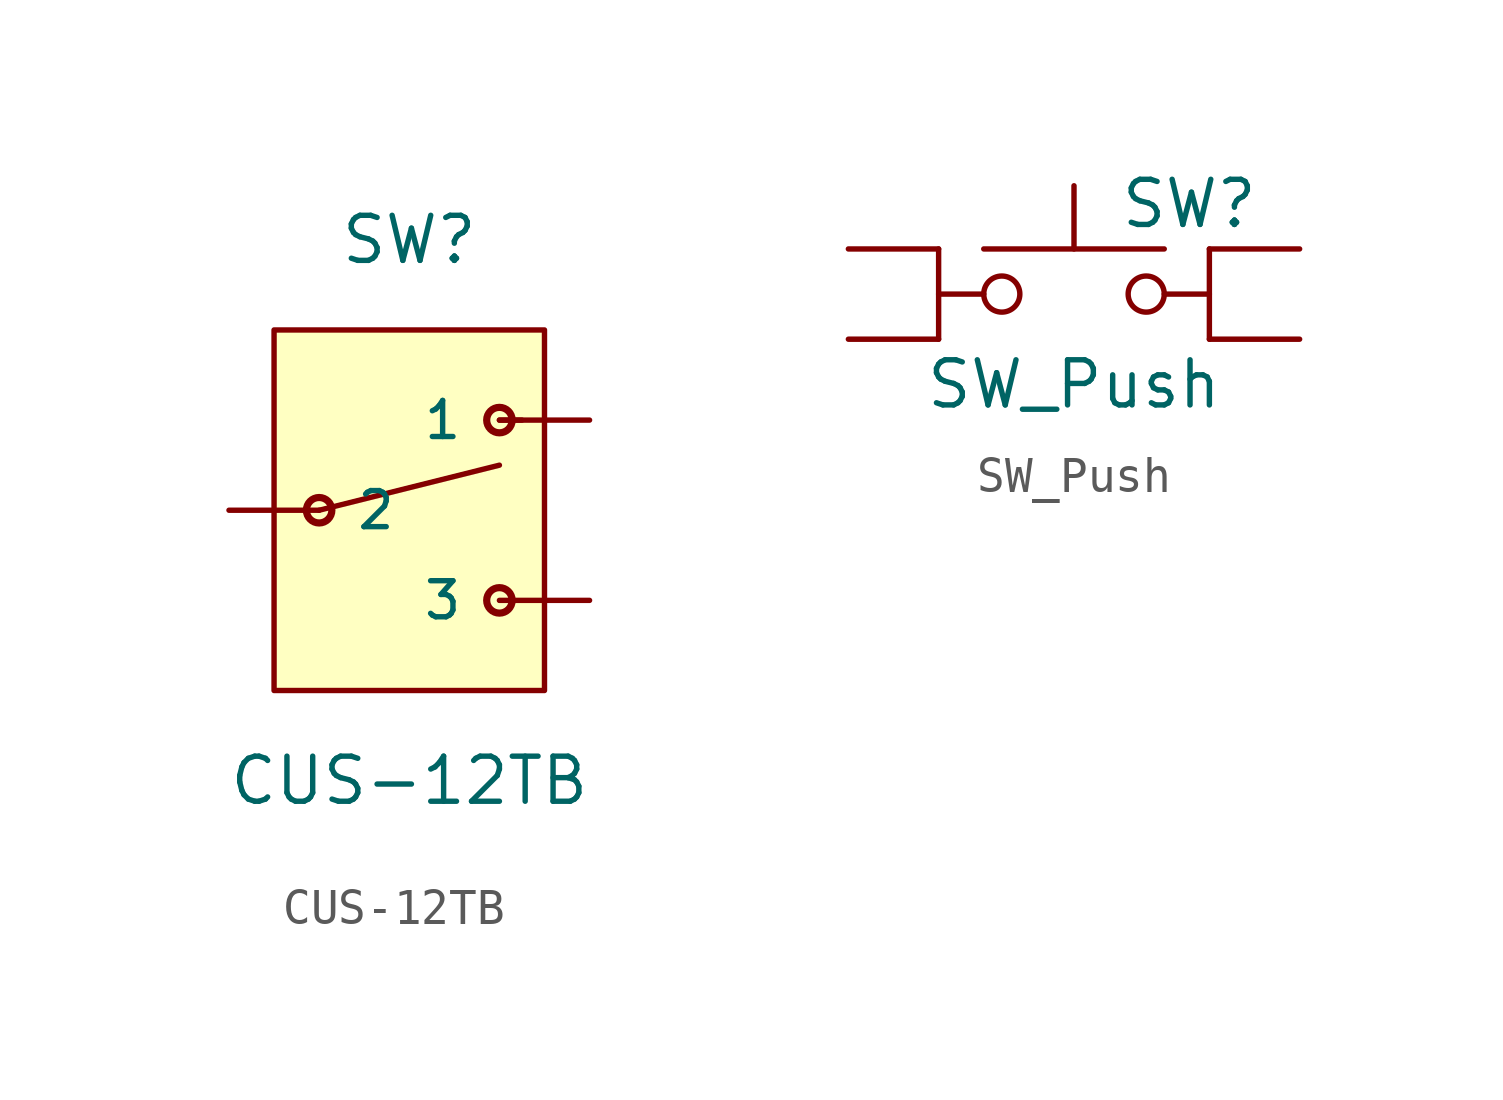
<source format=kicad_sym>
(kicad_symbol_lib
  (version 20220914)
  (generator kicad_symbol_editor)
  (symbol "CUS-12TB"
    (pin_numbers hide)
    (pin_names
      (offset 1.016))
    (property "Reference" "SW"
      (at 2.54 7.62 0)
      (effects (font (size 1.27 1.27))))
    (property "Value" "CUS-12TB"
      (at 2.54 -7.62 0)
      (effects (font (size 1.27 1.27))))
    (symbol "CUS-12TB_0_0"
      (polyline (pts (xy 0 0) (xy 5.08 1.27)) (stroke (width 0.152) (type default)) (fill (type none)))
      (polyline (pts (xy 5.08 -2.54) (xy 5.715 -2.54)) (stroke (width 0.127) (type default)) (fill (type none)))
      (polyline (pts (xy 5.08 2.54) (xy 5.715 2.54)) (stroke (width 0.152) (type default)) (fill (type none)))
      (circle (center 0 0) (radius 0.359) (stroke (width 0.203) (type default)) (fill (type none)))
      (circle (center 5.08 -2.54) (radius 0.359) (stroke (width 0.203) (type default)) (fill (type none)))
      (circle (center 5.08 2.54) (radius 0.359) (stroke (width 0.203) (type default)) (fill (type none)))
      (pin passive line (at 7.62 2.54 180) (length 2.54) (name "1" (effects (font (size 1.016 1.016)))) (number "1" (effects (font (size 1.016 1.016)))))
      (pin passive line (at 7.62 -2.54 180) (length 2.54) (name "3" (effects (font (size 1.016 1.016)))) (number "3" (effects (font (size 1.016 1.016))))))
    (symbol "CUS-12TB_1_0"
      (rectangle (start -1.27 5.08) (end 6.35 -5.08) (stroke (width 0) (type default)) (fill (type background)))
      (pin passive line (at -2.54 0 0) (length 2.54) (name "2" (effects (font (size 1.016 1.016)))) (number "2" (effects (font (size 1.016 1.016)))))
      (pin no_connect line (at -3.81 -1.27 0) (length 2.54) hide (name "4" (effects (font (size 1.016 1.016)))) (number "4" (effects (font (size 1.016 1.016)))))
      (pin no_connect line (at -3.81 -2.54 0) (length 2.54) hide (name "5" (effects (font (size 1.016 1.016)))) (number "5" (effects (font (size 1.016 1.016)))))
      (pin no_connect line (at -3.81 -3.81 0) (length 2.54) hide (name "6" (effects (font (size 1.016 1.016)))) (number "6" (effects (font (size 1.016 1.016)))))
      (pin no_connect line (at -3.81 -5.08 0) (length 2.54) hide (name "7" (effects (font (size 1.016 1.016)))) (number "7" (effects (font (size 1.016 1.016)))))))
  (symbol "SW_Push"
    (pin_numbers hide)
    (pin_names
      (offset 1.016) hide)
    (property "Reference" "SW"
      (at 1.27 2.54 0)
      (effects (font (size 1.27 1.27)) (justify left)))
    (property "Value" "SW_Push"
      (at 0 -2.54 0)
      (effects (font (size 1.27 1.27))))
    (symbol "SW_Push_0_1"
      (circle (center -2.032 0) (radius 0.508) (stroke (width 0) (type default)) (fill (type none)))
      (polyline (pts (xy -3.81 1.27) (xy -3.81 -1.27)) (stroke (width 0) (type default)) (fill (type none)))
      (polyline (pts (xy -2.54 0) (xy -3.81 0)) (stroke (width 0) (type default)) (fill (type none)))
      (polyline (pts (xy 0 1.27) (xy 0 3.048)) (stroke (width 0) (type default)) (fill (type none)))
      (polyline (pts (xy 2.54 0) (xy 3.81 0)) (stroke (width 0) (type default)) (fill (type none)))
      (polyline (pts (xy 2.54 1.27) (xy -2.54 1.27)) (stroke (width 0) (type default)) (fill (type none)))
      (polyline (pts (xy 3.81 1.27) (xy 3.81 -1.27)) (stroke (width 0) (type default)) (fill (type none)))
      (circle (center 2.032 0) (radius 0.508) (stroke (width 0) (type default)) (fill (type none))))
    (symbol "SW_Push_1_1"
      (pin passive line (at -6.35 1.27 0) (length 2.54) (name "1" (effects (font (size 1.27 1.27)))) (number "1" (effects (font (size 1.27 1.27)))))
      (pin passive line (at -6.35 -1.27 0) (length 2.54) (name "2" (effects (font (size 1.27 1.27)))) (number "2" (effects (font (size 1.27 1.27)))))
      (pin passive line (at 6.35 -1.27 180) (length 2.54) (name "3" (effects (font (size 1.27 1.27)))) (number "3" (effects (font (size 1.27 1.27)))))
      (pin passive line (at 6.35 1.27 180) (length 2.54) (name "4" (effects (font (size 1.27 1.27)))) (number "4" (effects (font (size 1.27 1.27))))))))
</source>
